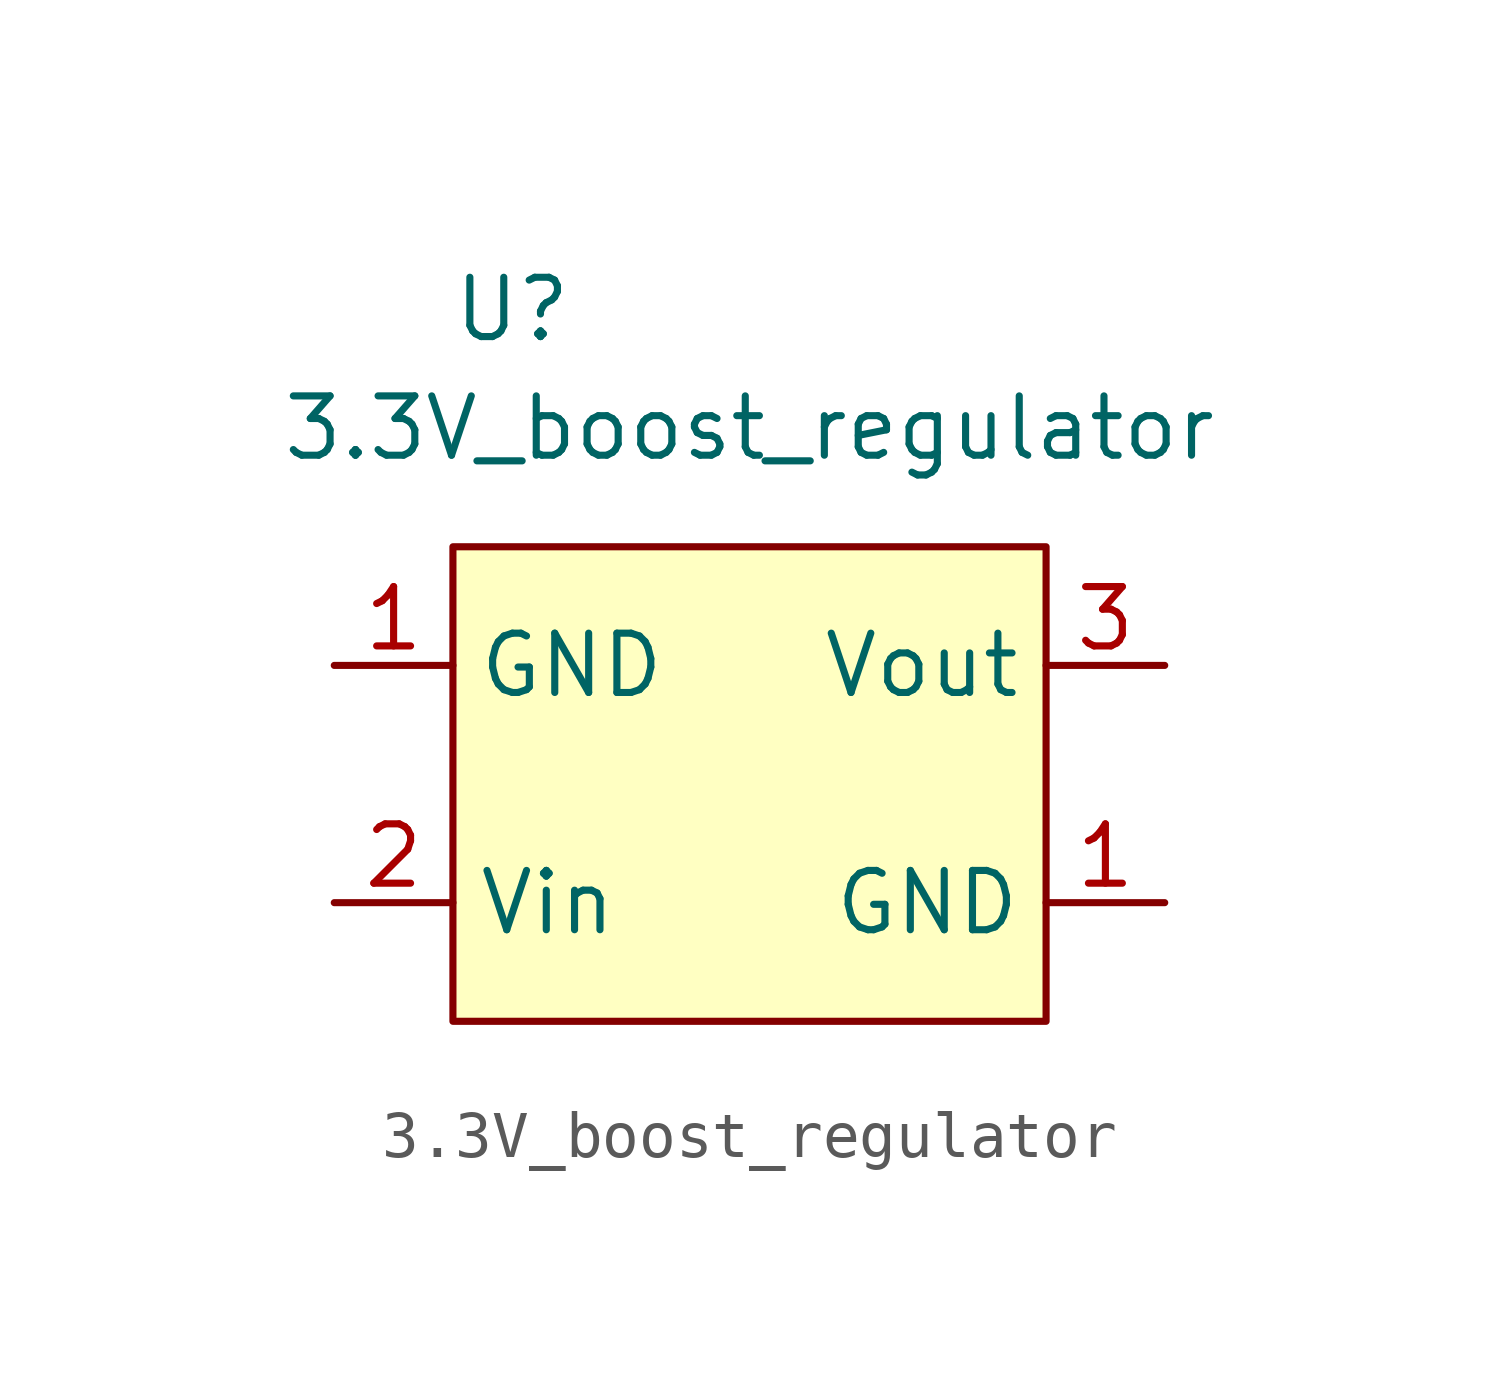
<source format=kicad_sym>
(kicad_symbol_lib
  (version 20211014)
  (generator kicad_symbol_editor)
  (symbol "3.3V_boost_regulator"
    (property "Reference" "U"
      (at -5.08 10.16 0)
      (effects (font (size 1.27 1.27))))
    (property "Value" "3.3V_boost_regulator"
      (at 0 7.62 0)
      (effects (font (size 1.27 1.27))))
    (symbol "3.3V_boost_regulator_0_1"
      (rectangle (start -6.35 5.08) (end 6.35 -5.08) (stroke (width 0) (type default) (color 0 0 0 0)) (fill (type background))))
    (symbol "3.3V_boost_regulator_1_1"
      (pin power_in line (at -8.89 2.54 0) (length 2.54) (name "GND" (effects (font (size 1.27 1.27)))) (number "1" (effects (font (size 1.27 1.27)))))
      (pin power_in line (at 8.89 -2.54 180) (length 2.54) (name "GND" (effects (font (size 1.27 1.27)))) (number "1" (effects (font (size 1.27 1.27)))))
      (pin power_in line (at -8.89 -2.54 0) (length 2.54) (name "Vin" (effects (font (size 1.27 1.27)))) (number "2" (effects (font (size 1.27 1.27)))))
      (pin power_out line (at 8.89 2.54 180) (length 2.54) (name "Vout" (effects (font (size 1.27 1.27)))) (number "3" (effects (font (size 1.27 1.27))))))))
</source>
